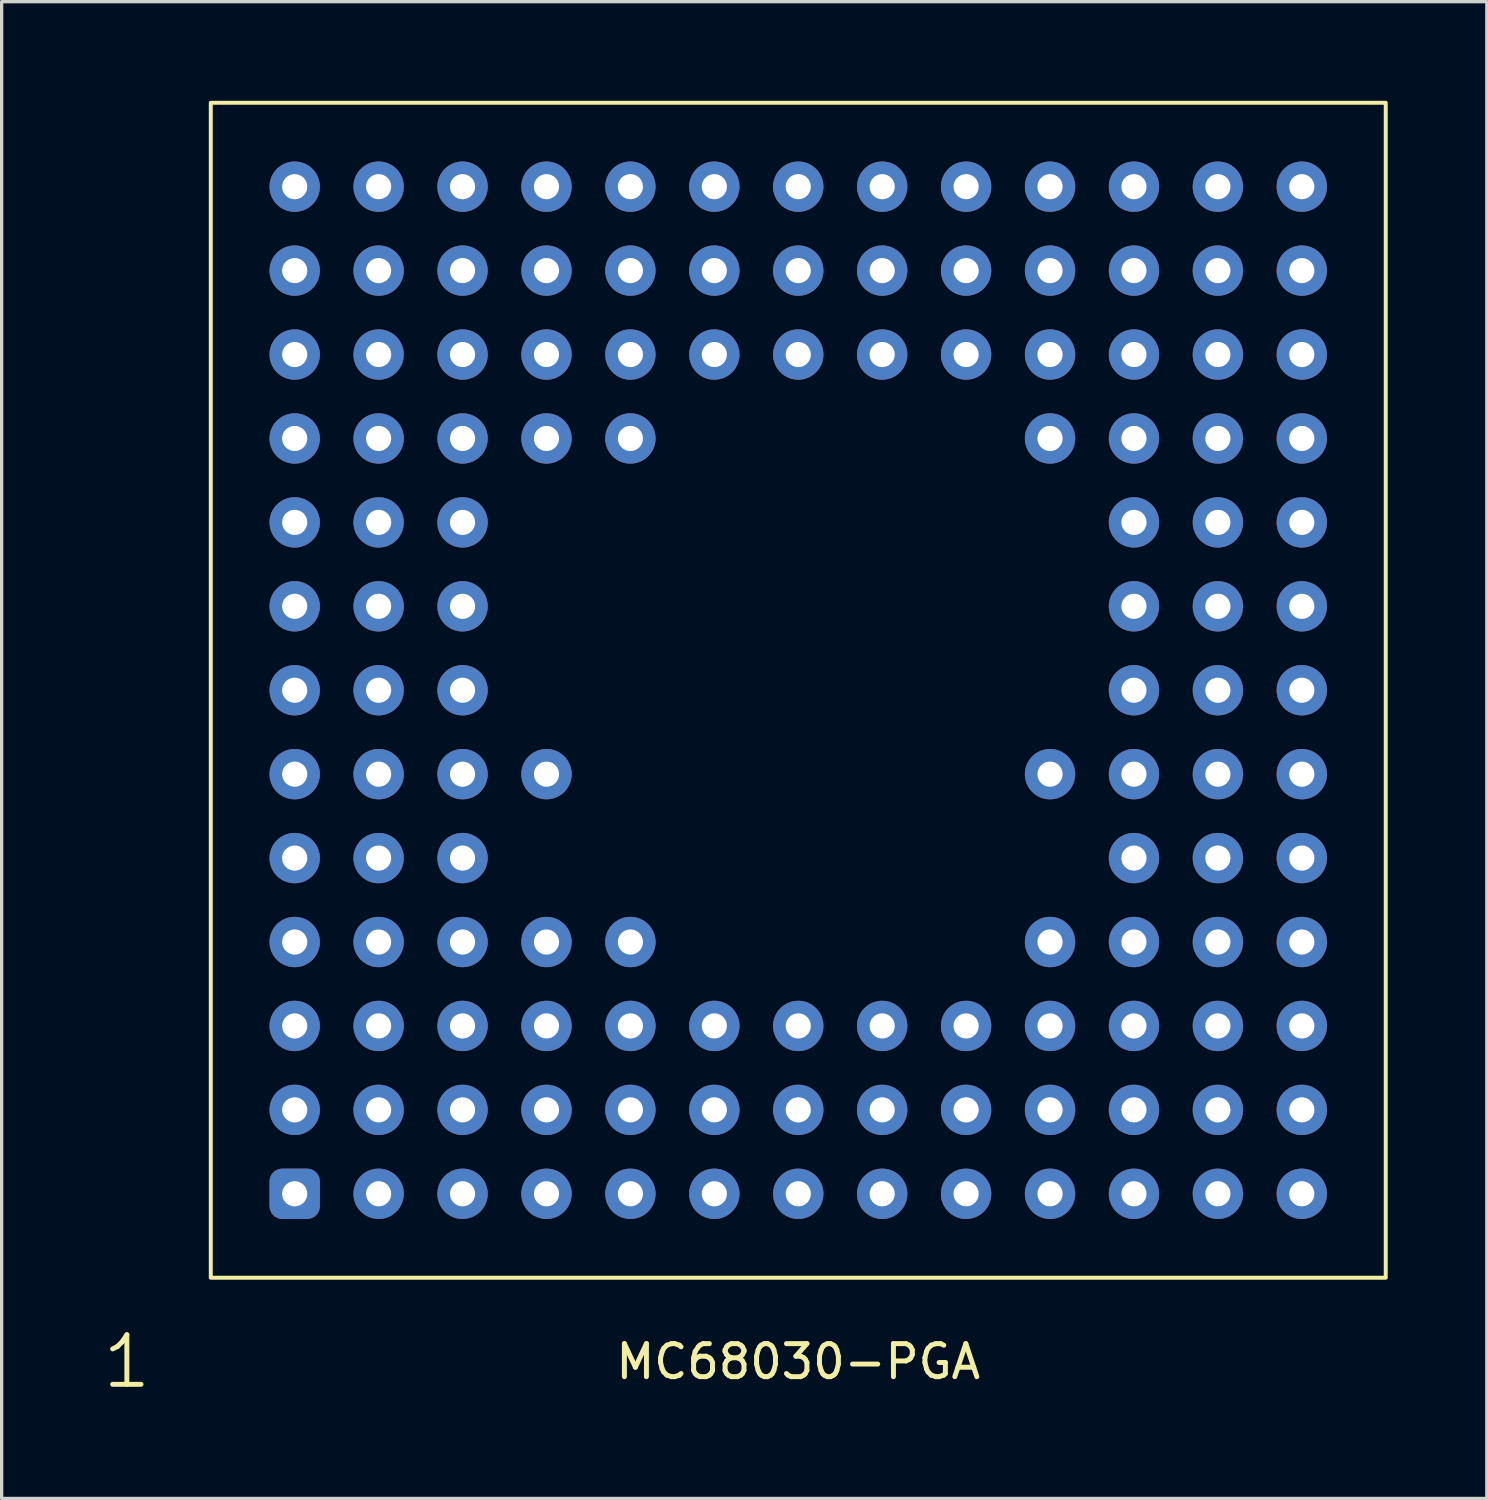
<source format=kicad_pcb>
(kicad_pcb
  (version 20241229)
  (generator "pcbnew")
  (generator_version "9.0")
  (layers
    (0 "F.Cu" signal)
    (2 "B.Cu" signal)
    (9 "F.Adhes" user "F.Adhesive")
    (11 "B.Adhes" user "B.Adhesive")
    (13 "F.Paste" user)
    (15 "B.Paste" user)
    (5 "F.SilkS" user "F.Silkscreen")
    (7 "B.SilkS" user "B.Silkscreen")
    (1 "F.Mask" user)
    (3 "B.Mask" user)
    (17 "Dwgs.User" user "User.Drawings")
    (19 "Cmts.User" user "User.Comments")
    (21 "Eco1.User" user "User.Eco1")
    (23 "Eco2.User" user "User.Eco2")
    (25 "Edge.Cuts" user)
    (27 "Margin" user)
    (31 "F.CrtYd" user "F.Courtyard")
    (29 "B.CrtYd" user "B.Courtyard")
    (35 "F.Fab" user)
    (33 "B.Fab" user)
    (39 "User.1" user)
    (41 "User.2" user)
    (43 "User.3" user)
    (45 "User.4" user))
  (footprint "MC68030-PGA"
    (layer "F.Cu")
    (at 5.869 33.08)
    (property "Reference" "MC68030-PGA" (at 15.24 5.08 0) (unlocked yes) (layer "F.SilkS") (effects (font (size 1 1) (thickness 0.15))))
    (attr through_hole)
    (fp_rect (start -2.54 -33.02) (end 33.02 2.54) (stroke (width 0.12) (type solid)) (fill no) (layer "F.SilkS"))
    (fp_text user "1" (at -5.08 5.08 0) (unlocked yes) (layer "F.SilkS") (effects (font (size 1.5 1.5) (thickness 0.15))))
    (pad "1" thru_hole roundrect (at 0 0) (size 1.524 1.524) (drill 0.762) (layers "*.Cu" "*.Mask") (roundrect_rratio 0.25))
    (pad "2" thru_hole circle (at 2.54 0) (size 1.524 1.524) (drill 0.762) (layers "*.Cu" "*.Mask"))
    (pad "3" thru_hole circle (at 5.08 0) (size 1.524 1.524) (drill 0.762) (layers "*.Cu" "*.Mask"))
    (pad "4" thru_hole circle (at 7.62 0) (size 1.524 1.524) (drill 0.762) (layers "*.Cu" "*.Mask"))
    (pad "5" thru_hole circle (at 10.16 0) (size 1.524 1.524) (drill 0.762) (layers "*.Cu" "*.Mask"))
    (pad "6" thru_hole circle (at 12.7 0) (size 1.524 1.524) (drill 0.762) (layers "*.Cu" "*.Mask"))
    (pad "7" thru_hole circle (at 15.24 0) (size 1.524 1.524) (drill 0.762) (layers "*.Cu" "*.Mask"))
    (pad "8" thru_hole circle (at 17.78 0) (size 1.524 1.524) (drill 0.762) (layers "*.Cu" "*.Mask"))
    (pad "9" thru_hole circle (at 20.32 0) (size 1.524 1.524) (drill 0.762) (layers "*.Cu" "*.Mask"))
    (pad "10" thru_hole circle (at 22.86 0) (size 1.524 1.524) (drill 0.762) (layers "*.Cu" "*.Mask"))
    (pad "11" thru_hole circle (at 25.4 0) (size 1.524 1.524) (drill 0.762) (layers "*.Cu" "*.Mask"))
    (pad "12" thru_hole circle (at 27.94 0) (size 1.524 1.524) (drill 0.762) (layers "*.Cu" "*.Mask"))
    (pad "13" thru_hole circle (at 30.48 0) (size 1.524 1.524) (drill 0.762) (layers "*.Cu" "*.Mask"))
    (pad "14" thru_hole circle (at 0 -2.54) (size 1.524 1.524) (drill 0.762) (layers "*.Cu" "*.Mask"))
    (pad "15" thru_hole circle (at 2.54 -2.54) (size 1.524 1.524) (drill 0.762) (layers "*.Cu" "*.Mask"))
    (pad "16" thru_hole circle (at 5.08 -2.54) (size 1.524 1.524) (drill 0.762) (layers "*.Cu" "*.Mask"))
    (pad "17" thru_hole circle (at 7.62 -2.54) (size 1.524 1.524) (drill 0.762) (layers "*.Cu" "*.Mask"))
    (pad "18" thru_hole circle (at 10.16 -2.54) (size 1.524 1.524) (drill 0.762) (layers "*.Cu" "*.Mask"))
    (pad "19" thru_hole circle (at 12.7 -2.54) (size 1.524 1.524) (drill 0.762) (layers "*.Cu" "*.Mask"))
    (pad "20" thru_hole circle (at 15.24 -2.54) (size 1.524 1.524) (drill 0.762) (layers "*.Cu" "*.Mask"))
    (pad "21" thru_hole circle (at 17.78 -2.54) (size 1.524 1.524) (drill 0.762) (layers "*.Cu" "*.Mask"))
    (pad "22" thru_hole circle (at 20.32 -2.54) (size 1.524 1.524) (drill 0.762) (layers "*.Cu" "*.Mask"))
    (pad "23" thru_hole circle (at 22.86 -2.54) (size 1.524 1.524) (drill 0.762) (layers "*.Cu" "*.Mask"))
    (pad "24" thru_hole circle (at 25.4 -2.54) (size 1.524 1.524) (drill 0.762) (layers "*.Cu" "*.Mask"))
    (pad "25" thru_hole circle (at 27.94 -2.54) (size 1.524 1.524) (drill 0.762) (layers "*.Cu" "*.Mask"))
    (pad "26" thru_hole circle (at 30.48 -2.54) (size 1.524 1.524) (drill 0.762) (layers "*.Cu" "*.Mask"))
    (pad "27" thru_hole circle (at 0 -5.08) (size 1.524 1.524) (drill 0.762) (layers "*.Cu" "*.Mask"))
    (pad "28" thru_hole circle (at 2.54 -5.08) (size 1.524 1.524) (drill 0.762) (layers "*.Cu" "*.Mask"))
    (pad "29" thru_hole circle (at 5.08 -5.08) (size 1.524 1.524) (drill 0.762) (layers "*.Cu" "*.Mask"))
    (pad "30" thru_hole circle (at 7.62 -5.08) (size 1.524 1.524) (drill 0.762) (layers "*.Cu" "*.Mask"))
    (pad "31" thru_hole circle (at 10.16 -5.08) (size 1.524 1.524) (drill 0.762) (layers "*.Cu" "*.Mask"))
    (pad "32" thru_hole circle (at 12.7 -5.08) (size 1.524 1.524) (drill 0.762) (layers "*.Cu" "*.Mask"))
    (pad "33" thru_hole circle (at 15.24 -5.08) (size 1.524 1.524) (drill 0.762) (layers "*.Cu" "*.Mask"))
    (pad "34" thru_hole circle (at 17.78 -5.08) (size 1.524 1.524) (drill 0.762) (layers "*.Cu" "*.Mask"))
    (pad "35" thru_hole circle (at 20.32 -5.08) (size 1.524 1.524) (drill 0.762) (layers "*.Cu" "*.Mask"))
    (pad "36" thru_hole circle (at 22.86 -5.08) (size 1.524 1.524) (drill 0.762) (layers "*.Cu" "*.Mask"))
    (pad "37" thru_hole circle (at 25.4 -5.08) (size 1.524 1.524) (drill 0.762) (layers "*.Cu" "*.Mask"))
    (pad "38" thru_hole circle (at 27.94 -5.08) (size 1.524 1.524) (drill 0.762) (layers "*.Cu" "*.Mask"))
    (pad "39" thru_hole circle (at 30.48 -5.08) (size 1.524 1.524) (drill 0.762) (layers "*.Cu" "*.Mask"))
    (pad "40" thru_hole circle (at 0 -7.62) (size 1.524 1.524) (drill 0.762) (layers "*.Cu" "*.Mask"))
    (pad "41" thru_hole circle (at 2.54 -7.62) (size 1.524 1.524) (drill 0.762) (layers "*.Cu" "*.Mask"))
    (pad "42" thru_hole circle (at 5.08 -7.62) (size 1.524 1.524) (drill 0.762) (layers "*.Cu" "*.Mask"))
    (pad "43" thru_hole circle (at 7.62 -7.62) (size 1.524 1.524) (drill 0.762) (layers "*.Cu" "*.Mask"))
    (pad "44" thru_hole circle (at 10.16 -7.62) (size 1.524 1.524) (drill 0.762) (layers "*.Cu" "*.Mask"))
    (pad "45" thru_hole circle (at 22.86 -7.62) (size 1.524 1.524) (drill 0.762) (layers "*.Cu" "*.Mask"))
    (pad "46" thru_hole circle (at 25.4 -7.62) (size 1.524 1.524) (drill 0.762) (layers "*.Cu" "*.Mask"))
    (pad "47" thru_hole circle (at 27.94 -7.62) (size 1.524 1.524) (drill 0.762) (layers "*.Cu" "*.Mask"))
    (pad "48" thru_hole circle (at 30.48 -7.62) (size 1.524 1.524) (drill 0.762) (layers "*.Cu" "*.Mask"))
    (pad "49" thru_hole circle (at 0 -10.16) (size 1.524 1.524) (drill 0.762) (layers "*.Cu" "*.Mask"))
    (pad "50" thru_hole circle (at 2.54 -10.16) (size 1.524 1.524) (drill 0.762) (layers "*.Cu" "*.Mask"))
    (pad "51" thru_hole circle (at 5.08 -10.16) (size 1.524 1.524) (drill 0.762) (layers "*.Cu" "*.Mask"))
    (pad "52" thru_hole circle (at 25.4 -10.16) (size 1.524 1.524) (drill 0.762) (layers "*.Cu" "*.Mask"))
    (pad "53" thru_hole circle (at 27.94 -10.16) (size 1.524 1.524) (drill 0.762) (layers "*.Cu" "*.Mask"))
    (pad "54" thru_hole circle (at 30.48 -10.16) (size 1.524 1.524) (drill 0.762) (layers "*.Cu" "*.Mask"))
    (pad "55" thru_hole circle (at 0 -12.7) (size 1.524 1.524) (drill 0.762) (layers "*.Cu" "*.Mask"))
    (pad "56" thru_hole circle (at 2.54 -12.7) (size 1.524 1.524) (drill 0.762) (layers "*.Cu" "*.Mask"))
    (pad "57" thru_hole circle (at 5.08 -12.7) (size 1.524 1.524) (drill 0.762) (layers "*.Cu" "*.Mask"))
    (pad "58" thru_hole circle (at 7.62 -12.7) (size 1.524 1.524) (drill 0.762) (layers "*.Cu" "*.Mask"))
    (pad "59" thru_hole circle (at 22.86 -12.7) (size 1.524 1.524) (drill 0.762) (layers "*.Cu" "*.Mask"))
    (pad "60" thru_hole circle (at 25.4 -12.7) (size 1.524 1.524) (drill 0.762) (layers "*.Cu" "*.Mask"))
    (pad "61" thru_hole circle (at 27.94 -12.7) (size 1.524 1.524) (drill 0.762) (layers "*.Cu" "*.Mask"))
    (pad "62" thru_hole circle (at 30.48 -12.7) (size 1.524 1.524) (drill 0.762) (layers "*.Cu" "*.Mask"))
    (pad "63" thru_hole circle (at 0 -15.24) (size 1.524 1.524) (drill 0.762) (layers "*.Cu" "*.Mask"))
    (pad "64" thru_hole circle (at 2.54 -15.24) (size 1.524 1.524) (drill 0.762) (layers "*.Cu" "*.Mask"))
    (pad "65" thru_hole circle (at 5.08 -15.24) (size 1.524 1.524) (drill 0.762) (layers "*.Cu" "*.Mask"))
    (pad "66" thru_hole circle (at 25.4 -15.24) (size 1.524 1.524) (drill 0.762) (layers "*.Cu" "*.Mask"))
    (pad "67" thru_hole circle (at 27.94 -15.24) (size 1.524 1.524) (drill 0.762) (layers "*.Cu" "*.Mask"))
    (pad "68" thru_hole circle (at 30.48 -15.24) (size 1.524 1.524) (drill 0.762) (layers "*.Cu" "*.Mask"))
    (pad "69" thru_hole circle (at 0 -17.78) (size 1.524 1.524) (drill 0.762) (layers "*.Cu" "*.Mask"))
    (pad "70" thru_hole circle (at 2.54 -17.78) (size 1.524 1.524) (drill 0.762) (layers "*.Cu" "*.Mask"))
    (pad "71" thru_hole circle (at 5.08 -17.78) (size 1.524 1.524) (drill 0.762) (layers "*.Cu" "*.Mask"))
    (pad "72" thru_hole circle (at 25.4 -17.78) (size 1.524 1.524) (drill 0.762) (layers "*.Cu" "*.Mask"))
    (pad "73" thru_hole circle (at 27.94 -17.78) (size 1.524 1.524) (drill 0.762) (layers "*.Cu" "*.Mask"))
    (pad "74" thru_hole circle (at 30.48 -17.78) (size 1.524 1.524) (drill 0.762) (layers "*.Cu" "*.Mask"))
    (pad "75" thru_hole circle (at 0 -20.32) (size 1.524 1.524) (drill 0.762) (layers "*.Cu" "*.Mask"))
    (pad "76" thru_hole circle (at 2.54 -20.32) (size 1.524 1.524) (drill 0.762) (layers "*.Cu" "*.Mask"))
    (pad "77" thru_hole circle (at 5.08 -20.32) (size 1.524 1.524) (drill 0.762) (layers "*.Cu" "*.Mask"))
    (pad "78" thru_hole circle (at 25.4 -20.32) (size 1.524 1.524) (drill 0.762) (layers "*.Cu" "*.Mask"))
    (pad "79" thru_hole circle (at 27.94 -20.32) (size 1.524 1.524) (drill 0.762) (layers "*.Cu" "*.Mask"))
    (pad "80" thru_hole circle (at 30.48 -20.32) (size 1.524 1.524) (drill 0.762) (layers "*.Cu" "*.Mask"))
    (pad "81" thru_hole circle (at 0 -22.86) (size 1.524 1.524) (drill 0.762) (layers "*.Cu" "*.Mask"))
    (pad "82" thru_hole circle (at 2.54 -22.86) (size 1.524 1.524) (drill 0.762) (layers "*.Cu" "*.Mask"))
    (pad "83" thru_hole circle (at 5.08 -22.86) (size 1.524 1.524) (drill 0.762) (layers "*.Cu" "*.Mask"))
    (pad "84" thru_hole circle (at 7.62 -22.86) (size 1.524 1.524) (drill 0.762) (layers "*.Cu" "*.Mask"))
    (pad "85" thru_hole circle (at 10.16 -22.86) (size 1.524 1.524) (drill 0.762) (layers "*.Cu" "*.Mask"))
    (pad "86" thru_hole circle (at 22.86 -22.86) (size 1.524 1.524) (drill 0.762) (layers "*.Cu" "*.Mask"))
    (pad "87" thru_hole circle (at 25.4 -22.86) (size 1.524 1.524) (drill 0.762) (layers "*.Cu" "*.Mask"))
    (pad "88" thru_hole circle (at 27.94 -22.86) (size 1.524 1.524) (drill 0.762) (layers "*.Cu" "*.Mask"))
    (pad "89" thru_hole circle (at 30.48 -22.86) (size 1.524 1.524) (drill 0.762) (layers "*.Cu" "*.Mask"))
    (pad "90" thru_hole circle (at 0 -25.4) (size 1.524 1.524) (drill 0.762) (layers "*.Cu" "*.Mask"))
    (pad "91" thru_hole circle (at 2.54 -25.4) (size 1.524 1.524) (drill 0.762) (layers "*.Cu" "*.Mask"))
    (pad "92" thru_hole circle (at 5.08 -25.4) (size 1.524 1.524) (drill 0.762) (layers "*.Cu" "*.Mask"))
    (pad "93" thru_hole circle (at 7.62 -25.4) (size 1.524 1.524) (drill 0.762) (layers "*.Cu" "*.Mask"))
    (pad "94" thru_hole circle (at 10.16 -25.4) (size 1.524 1.524) (drill 0.762) (layers "*.Cu" "*.Mask"))
    (pad "95" thru_hole circle (at 12.7 -25.4) (size 1.524 1.524) (drill 0.762) (layers "*.Cu" "*.Mask"))
    (pad "96" thru_hole circle (at 15.24 -25.4) (size 1.524 1.524) (drill 0.762) (layers "*.Cu" "*.Mask"))
    (pad "97" thru_hole circle (at 17.78 -25.4) (size 1.524 1.524) (drill 0.762) (layers "*.Cu" "*.Mask"))
    (pad "98" thru_hole circle (at 20.32 -25.4) (size 1.524 1.524) (drill 0.762) (layers "*.Cu" "*.Mask"))
    (pad "99" thru_hole circle (at 22.86 -25.4) (size 1.524 1.524) (drill 0.762) (layers "*.Cu" "*.Mask"))
    (pad "100" thru_hole circle (at 25.4 -25.4) (size 1.524 1.524) (drill 0.762) (layers "*.Cu" "*.Mask"))
    (pad "101" thru_hole circle (at 27.94 -25.4) (size 1.524 1.524) (drill 0.762) (layers "*.Cu" "*.Mask"))
    (pad "102" thru_hole circle (at 30.48 -25.4) (size 1.524 1.524) (drill 0.762) (layers "*.Cu" "*.Mask"))
    (pad "103" thru_hole circle (at 0 -27.94) (size 1.524 1.524) (drill 0.762) (layers "*.Cu" "*.Mask"))
    (pad "104" thru_hole circle (at 2.54 -27.94) (size 1.524 1.524) (drill 0.762) (layers "*.Cu" "*.Mask"))
    (pad "105" thru_hole circle (at 5.08 -27.94) (size 1.524 1.524) (drill 0.762) (layers "*.Cu" "*.Mask"))
    (pad "106" thru_hole circle (at 7.62 -27.94) (size 1.524 1.524) (drill 0.762) (layers "*.Cu" "*.Mask"))
    (pad "107" thru_hole circle (at 10.16 -27.94) (size 1.524 1.524) (drill 0.762) (layers "*.Cu" "*.Mask"))
    (pad "108" thru_hole circle (at 12.7 -27.94) (size 1.524 1.524) (drill 0.762) (layers "*.Cu" "*.Mask"))
    (pad "109" thru_hole circle (at 15.24 -27.94) (size 1.524 1.524) (drill 0.762) (layers "*.Cu" "*.Mask"))
    (pad "110" thru_hole circle (at 17.78 -27.94) (size 1.524 1.524) (drill 0.762) (layers "*.Cu" "*.Mask"))
    (pad "111" thru_hole circle (at 20.32 -27.94) (size 1.524 1.524) (drill 0.762) (layers "*.Cu" "*.Mask"))
    (pad "112" thru_hole circle (at 22.86 -27.94) (size 1.524 1.524) (drill 0.762) (layers "*.Cu" "*.Mask"))
    (pad "113" thru_hole circle (at 25.4 -27.94) (size 1.524 1.524) (drill 0.762) (layers "*.Cu" "*.Mask"))
    (pad "114" thru_hole circle (at 27.94 -27.94) (size 1.524 1.524) (drill 0.762) (layers "*.Cu" "*.Mask"))
    (pad "115" thru_hole circle (at 30.48 -27.94) (size 1.524 1.524) (drill 0.762) (layers "*.Cu" "*.Mask"))
    (pad "116" thru_hole circle (at 0 -30.48) (size 1.524 1.524) (drill 0.762) (layers "*.Cu" "*.Mask"))
    (pad "117" thru_hole circle (at 2.54 -30.48) (size 1.524 1.524) (drill 0.762) (layers "*.Cu" "*.Mask"))
    (pad "118" thru_hole circle (at 5.08 -30.48) (size 1.524 1.524) (drill 0.762) (layers "*.Cu" "*.Mask"))
    (pad "119" thru_hole circle (at 7.62 -30.48) (size 1.524 1.524) (drill 0.762) (layers "*.Cu" "*.Mask"))
    (pad "120" thru_hole circle (at 10.16 -30.48) (size 1.524 1.524) (drill 0.762) (layers "*.Cu" "*.Mask"))
    (pad "121" thru_hole circle (at 12.7 -30.48) (size 1.524 1.524) (drill 0.762) (layers "*.Cu" "*.Mask"))
    (pad "122" thru_hole circle (at 15.24 -30.48) (size 1.524 1.524) (drill 0.762) (layers "*.Cu" "*.Mask"))
    (pad "123" thru_hole circle (at 17.78 -30.48) (size 1.524 1.524) (drill 0.762) (layers "*.Cu" "*.Mask"))
    (pad "124" thru_hole circle (at 20.32 -30.48) (size 1.524 1.524) (drill 0.762) (layers "*.Cu" "*.Mask"))
    (pad "125" thru_hole circle (at 22.86 -30.48) (size 1.524 1.524) (drill 0.762) (layers "*.Cu" "*.Mask"))
    (pad "126" thru_hole circle (at 25.4 -30.48) (size 1.524 1.524) (drill 0.762) (layers "*.Cu" "*.Mask"))
    (pad "127" thru_hole circle (at 27.94 -30.48) (size 1.524 1.524) (drill 0.762) (layers "*.Cu" "*.Mask"))
    (pad "128" thru_hole circle (at 30.48 -30.48) (size 1.524 1.524) (drill 0.762) (layers "*.Cu" "*.Mask")))
  (gr_rect
    (start -3 -3)
    (end 41.949 42.301)
    (stroke (width 0.1) (type default))
    (fill no)
    (layer "Edge.Cuts")))
</source>
